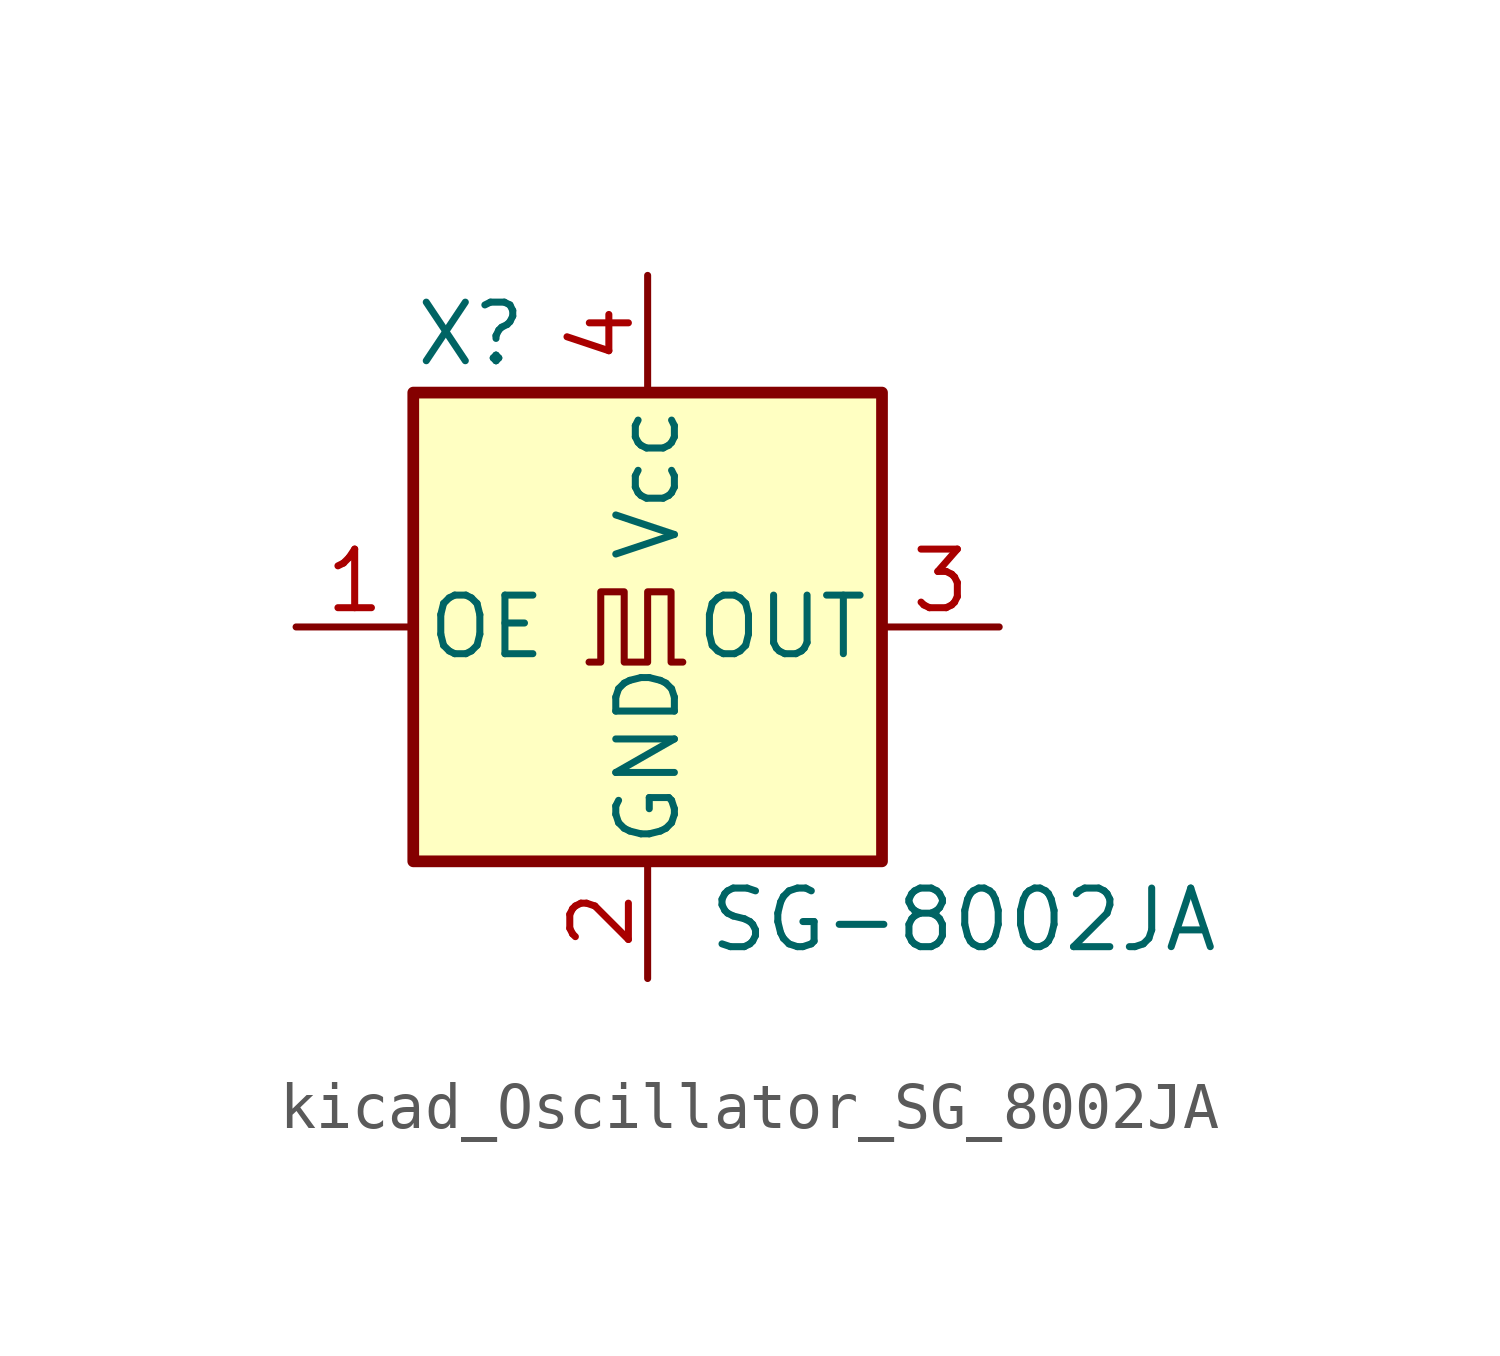
<source format=kicad_sym>
(kicad_symbol_lib
  (version 20220914)
  (generator kicad_symbol_editor)
  (symbol "kicad_Oscillator_SG_8002JA"
    (pin_names
      (offset 0.254))
    (property "Reference" "X"
      (at -5.08 6.35 0)
      (effects (font (size 1.27 1.27)) (justify left)))
    (property "Value" "SG-8002JA"
      (at 1.27 -6.35 0)
      (effects (font (size 1.27 1.27)) (justify left)))
    (symbol "kicad_Oscillator_SG_8002JA_0_1"
      (rectangle (start -5.08 5.08) (end 5.08 -5.08) (stroke (width 0.254) (type default)) (fill (type background)))
      (polyline (pts (xy -1.27 -0.762) (xy -1.016 -0.762) (xy -1.016 0.762) (xy -0.508 0.762) (xy -0.508 -0.762) (xy 0 -0.762) (xy 0 0.762) (xy 0.508 0.762) (xy 0.508 -0.762) (xy 0.762 -0.762)) (stroke (width 0) (type default)) (fill (type none))))
    (symbol "kicad_Oscillator_SG_8002JA_1_1"
      (pin input line (at -7.62 0 0) (length 2.54) (name "OE" (effects (font (size 1.27 1.27)))) (number "1" (effects (font (size 1.27 1.27)))))
      (pin power_in line (at 0 -7.62 90) (length 2.54) (name "GND" (effects (font (size 1.27 1.27)))) (number "2" (effects (font (size 1.27 1.27)))))
      (pin output line (at 7.62 0 180) (length 2.54) (name "OUT" (effects (font (size 1.27 1.27)))) (number "3" (effects (font (size 1.27 1.27)))))
      (pin power_in line (at 0 7.62 270) (length 2.54) (name "Vcc" (effects (font (size 1.27 1.27)))) (number "4" (effects (font (size 1.27 1.27))))))))
</source>
